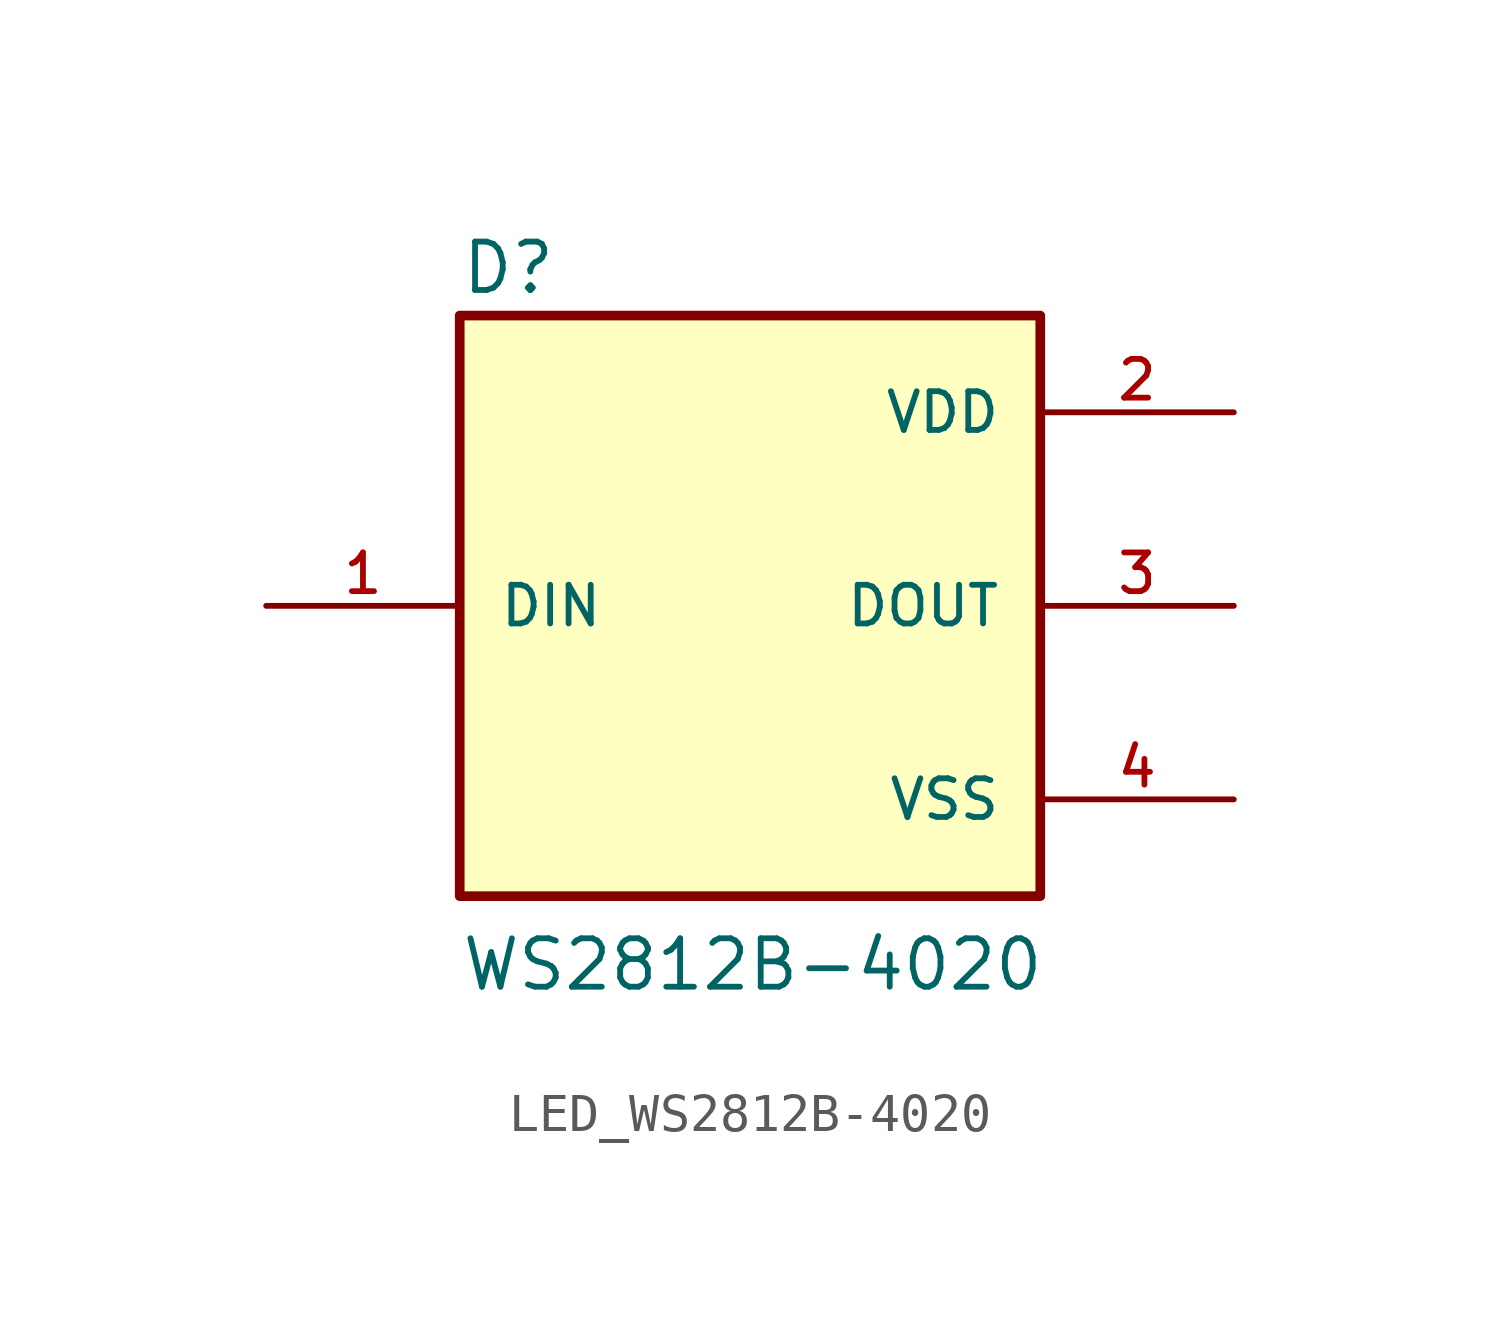
<source format=kicad_sym>
(kicad_symbol_lib
  (version 20241209)
  (generator "kicad_symbol_editor")
  (generator_version "9.0")
  (symbol "LED_WS2812B-4020"
    (pin_names
      (offset 1.016))
    (property "Reference" "D"
      (at -7.62 8.128 0)
      (effects (font (size 1.27 1.27)) (justify left bottom)))
    (property "Value" "WS2812B-4020"
      (at -7.62 -10.16 0)
      (effects (font (size 1.27 1.27)) (justify left bottom)))
    (symbol "LED_WS2812B-4020_0_0"
      (rectangle (start -7.62 7.62) (end 7.62 -7.62) (stroke (width 0.254) (type default)) (fill (type background)))
      (pin input line (at -12.7 0 0) (length 5.08) (name "DIN" (effects (font (size 1.016 1.016)))) (number "1" (effects (font (size 1.016 1.016)))))
      (pin power_in line (at 12.7 5.08 180) (length 5.08) (name "VDD" (effects (font (size 1.016 1.016)))) (number "2" (effects (font (size 1.016 1.016)))))
      (pin output line (at 12.7 0 180) (length 5.08) (name "DOUT" (effects (font (size 1.016 1.016)))) (number "3" (effects (font (size 1.016 1.016)))))
      (pin power_in line (at 12.7 -5.08 180) (length 5.08) (name "VSS" (effects (font (size 1.016 1.016)))) (number "4" (effects (font (size 1.016 1.016))))))))
</source>
